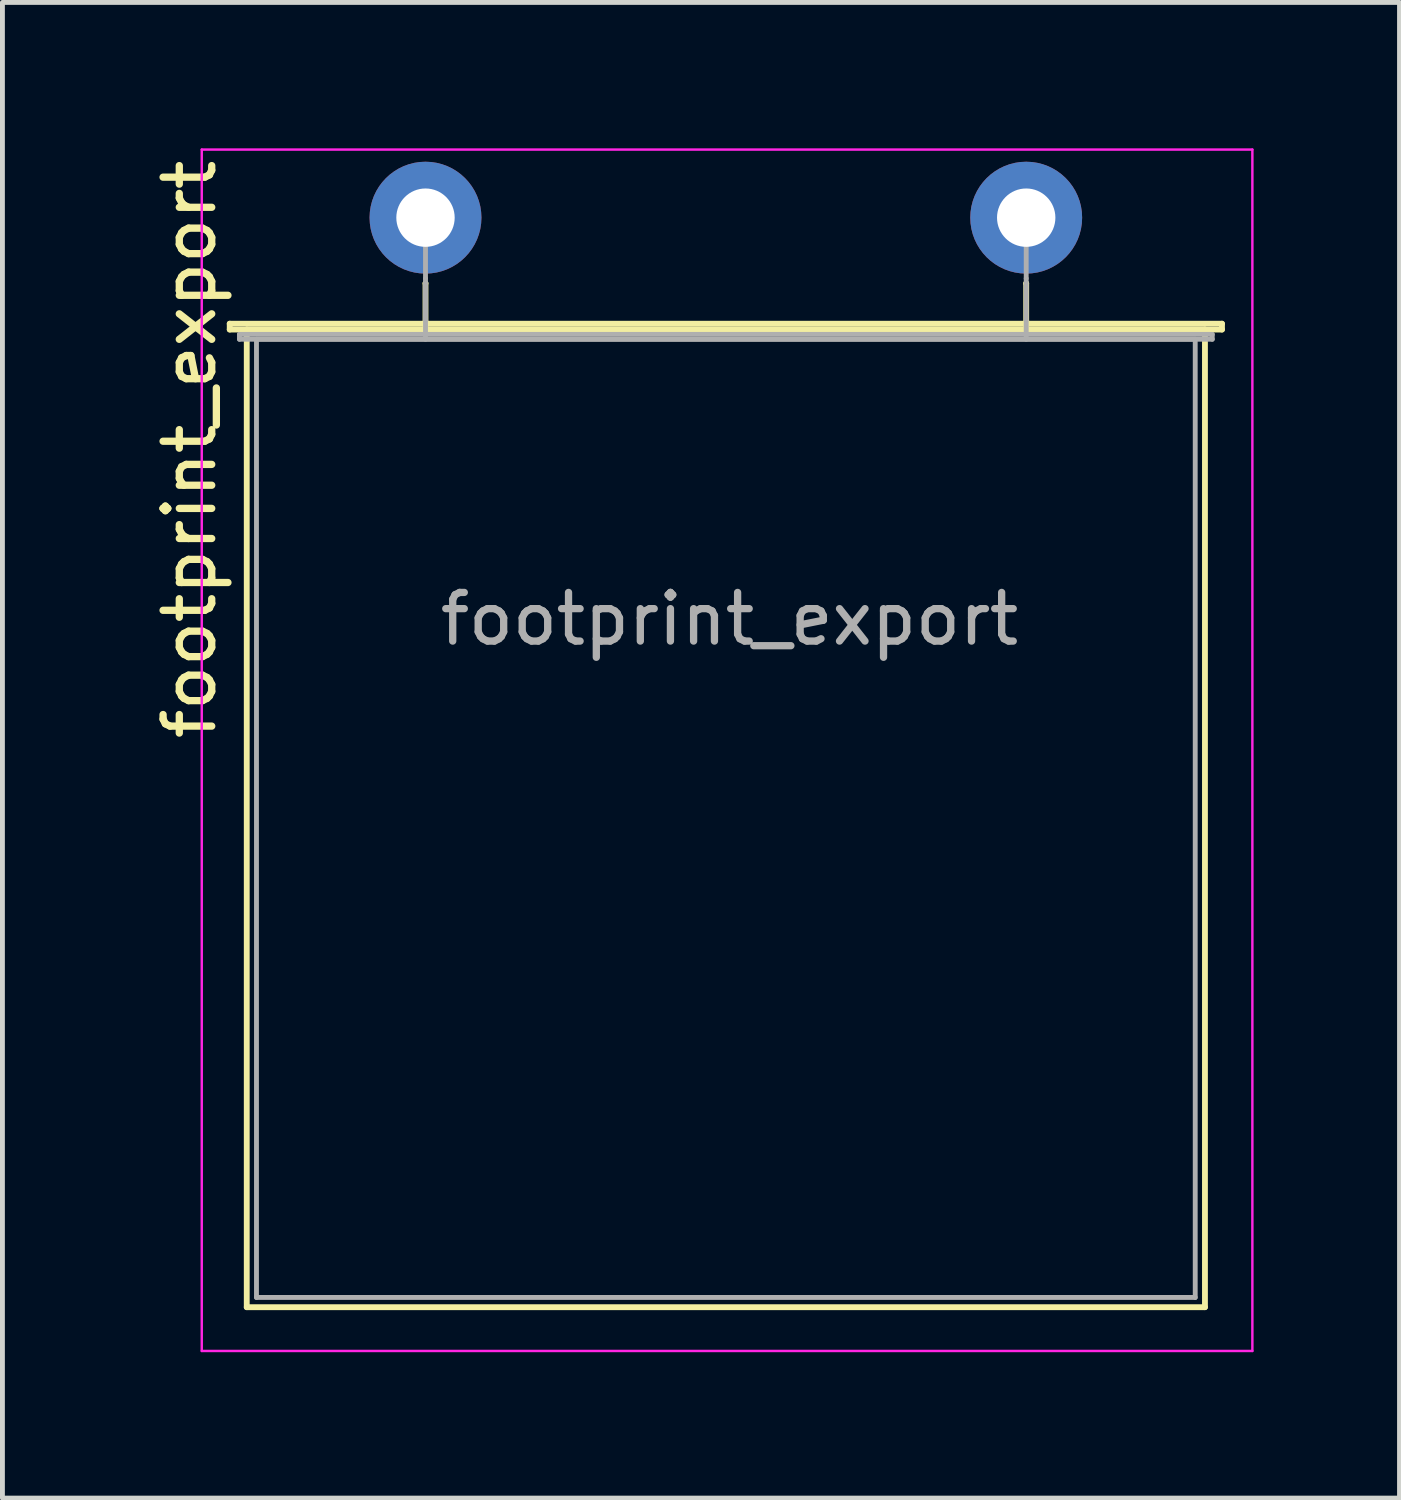
<source format=kicad_pcb>
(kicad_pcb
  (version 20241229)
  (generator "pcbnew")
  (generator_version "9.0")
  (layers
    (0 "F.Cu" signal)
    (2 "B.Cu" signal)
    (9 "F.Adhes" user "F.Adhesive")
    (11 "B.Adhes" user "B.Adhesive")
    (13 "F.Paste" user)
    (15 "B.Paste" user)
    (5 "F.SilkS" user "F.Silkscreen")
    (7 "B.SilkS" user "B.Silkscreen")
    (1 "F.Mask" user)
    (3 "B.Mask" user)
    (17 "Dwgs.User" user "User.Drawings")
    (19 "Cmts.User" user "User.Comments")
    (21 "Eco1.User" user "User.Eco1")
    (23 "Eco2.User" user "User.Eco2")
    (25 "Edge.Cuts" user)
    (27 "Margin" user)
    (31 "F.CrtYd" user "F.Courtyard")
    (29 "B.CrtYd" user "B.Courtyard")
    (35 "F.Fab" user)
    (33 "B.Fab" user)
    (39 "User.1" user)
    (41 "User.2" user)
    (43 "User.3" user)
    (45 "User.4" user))
  (footprint "footprint_export"
    (layer "F.Cu")
    (at 5.698 1.425)
    (property "Reference" "footprint_export" (at -4.85 4.763 90) (layer "F.SilkS") (effects (font (size 1 1) (thickness 0.15))))
    (attr through_hole)
    (fp_line (start -4.025 2.18) (end 16.375 2.18) (stroke (width 0.12) (type solid)) (layer "F.SilkS"))
    (fp_line (start -4.025 2.3) (end -4.025 2.18) (stroke (width 0.12) (type solid)) (layer "F.SilkS"))
    (fp_line (start -3.675 2.3) (end -3.675 22.4) (stroke (width 0.12) (type solid)) (layer "F.SilkS"))
    (fp_line (start -3.675 22.4) (end 16.025 22.4) (stroke (width 0.12) (type solid)) (layer "F.SilkS"))
    (fp_line (start 0 1.35) (end 0 1.35) (stroke (width 0.12) (type solid)) (layer "F.SilkS"))
    (fp_line (start 0 2.3) (end 0 1.35) (stroke (width 0.12) (type solid)) (layer "F.SilkS"))
    (fp_line (start 12.35 1.35) (end 12.35 1.35) (stroke (width 0.12) (type solid)) (layer "F.SilkS"))
    (fp_line (start 12.35 2.3) (end 12.35 1.35) (stroke (width 0.12) (type solid)) (layer "F.SilkS"))
    (fp_line (start 16.025 2.3) (end -3.675 2.3) (stroke (width 0.12) (type solid)) (layer "F.SilkS"))
    (fp_line (start 16.025 22.4) (end 16.025 2.3) (stroke (width 0.12) (type solid)) (layer "F.SilkS"))
    (fp_line (start 16.375 2.18) (end 16.375 2.3) (stroke (width 0.12) (type solid)) (layer "F.SilkS"))
    (fp_line (start 16.375 2.3) (end -4.025 2.3) (stroke (width 0.12) (type solid)) (layer "F.SilkS"))
    (fp_line (start -4.6 -1.4) (end -4.6 23.3) (stroke (width 0.05) (type solid)) (layer "F.CrtYd"))
    (fp_line (start -4.6 23.3) (end 17 23.3) (stroke (width 0.05) (type solid)) (layer "F.CrtYd"))
    (fp_line (start 17 -1.4) (end -4.6 -1.4) (stroke (width 0.05) (type solid)) (layer "F.CrtYd"))
    (fp_line (start 17 23.3) (end 17 -1.4) (stroke (width 0.05) (type solid)) (layer "F.CrtYd"))
    (fp_line (start -3.825 2.4) (end 16.175 2.4) (stroke (width 0.1) (type solid)) (layer "F.Fab"))
    (fp_line (start -3.825 2.5) (end -3.825 2.4) (stroke (width 0.1) (type solid)) (layer "F.Fab"))
    (fp_line (start -3.475 2.5) (end -3.475 22.2) (stroke (width 0.1) (type solid)) (layer "F.Fab"))
    (fp_line (start -3.475 22.2) (end 15.825 22.2) (stroke (width 0.1) (type solid)) (layer "F.Fab"))
    (fp_line (start 0 1.25) (end 0 0) (stroke (width 0.1) (type solid)) (layer "F.Fab"))
    (fp_line (start 0 2.5) (end 0 1.25) (stroke (width 0.1) (type solid)) (layer "F.Fab"))
    (fp_line (start 12.35 1.25) (end 12.35 0) (stroke (width 0.1) (type solid)) (layer "F.Fab"))
    (fp_line (start 12.35 2.5) (end 12.35 1.25) (stroke (width 0.1) (type solid)) (layer "F.Fab"))
    (fp_line (start 15.825 2.5) (end -3.475 2.5) (stroke (width 0.1) (type solid)) (layer "F.Fab"))
    (fp_line (start 15.825 22.2) (end 15.825 2.5) (stroke (width 0.1) (type solid)) (layer "F.Fab"))
    (fp_line (start 16.175 2.4) (end 16.175 2.5) (stroke (width 0.1) (type solid)) (layer "F.Fab"))
    (fp_line (start 16.175 2.5) (end -3.825 2.5) (stroke (width 0.1) (type solid)) (layer "F.Fab"))
    (fp_text user "${REFERENCE}" (at 6.25 8.25 0) (layer "F.Fab") (effects (font (size 1 1) (thickness 0.15))))
    (pad "1" thru_hole circle (at 0 0) (size 2.3 2.3) (drill 1.2) (layers "*.Cu" "*.Mask"))
    (pad "2" thru_hole circle (at 12.35 0) (size 2.3 2.3) (drill 1.2) (layers "*.Cu" "*.Mask")))
  (gr_rect
    (start -3 -3)
    (end 25.723 27.75)
    (stroke (width 0.1) (type default))
    (fill no)
    (layer "Edge.Cuts")))
</source>
